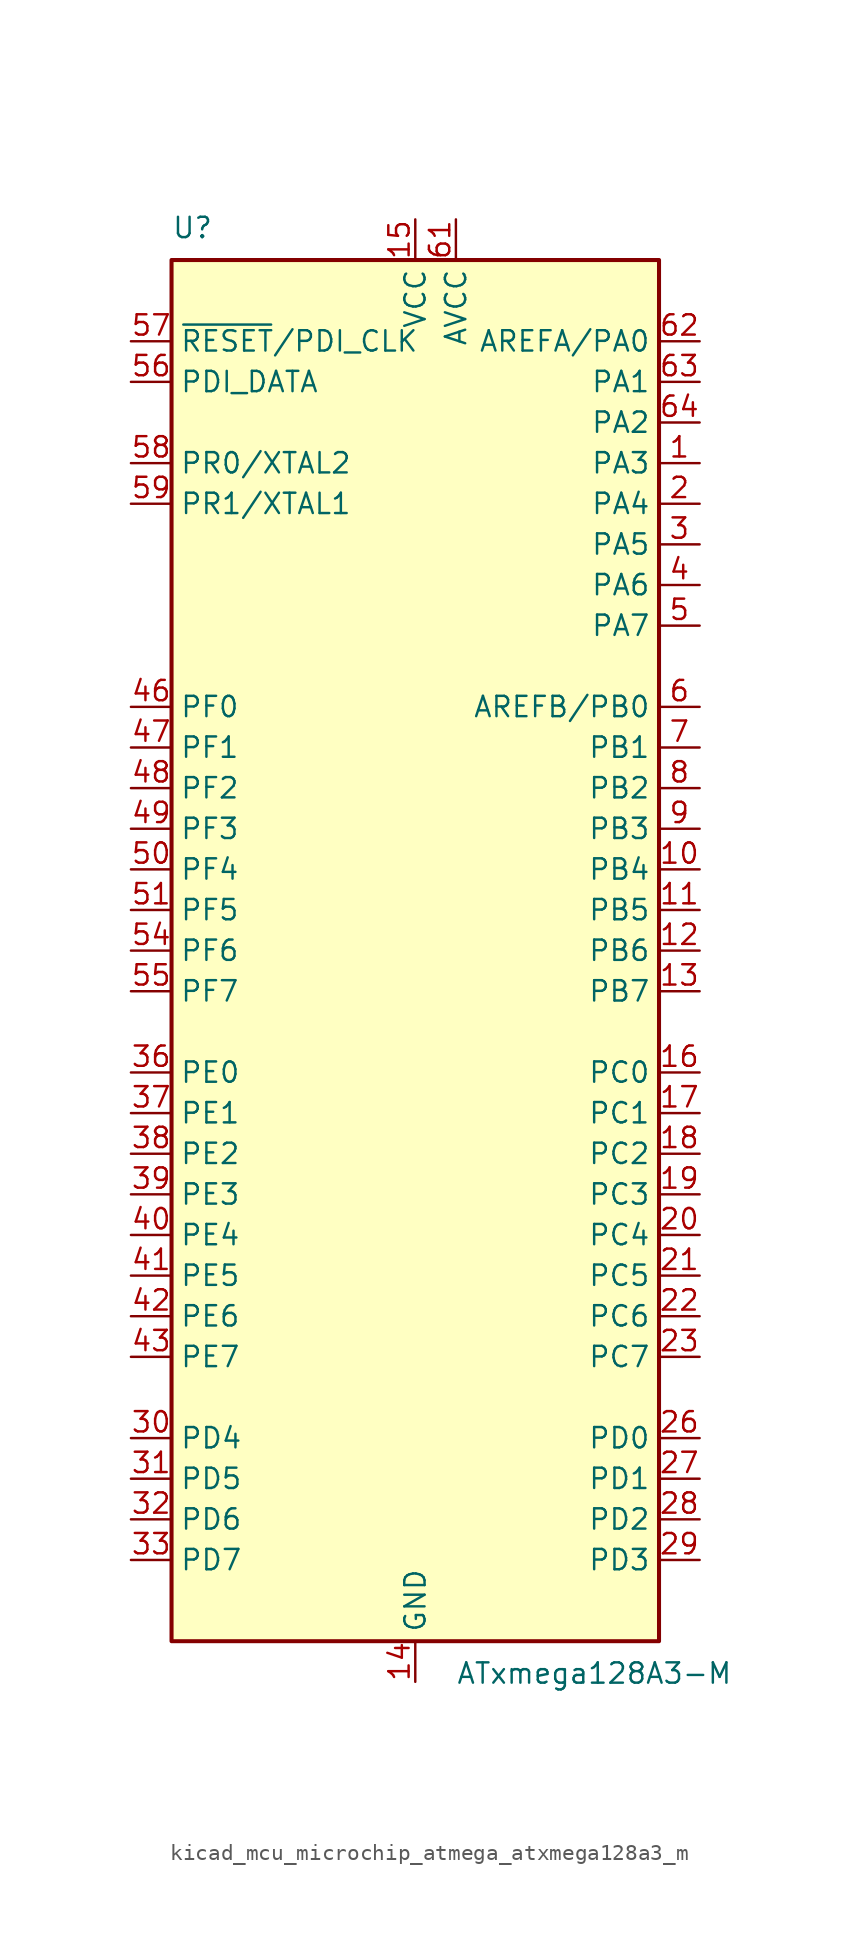
<source format=kicad_sym>
(kicad_symbol_lib
  (version 20220914)
  (generator kicad_symbol_editor)
  (symbol "kicad_mcu_microchip_atmega_atxmega128a3_m"
    (property "Reference" "U"
      (at -15.24 44.45 0)
      (effects (font (size 1.27 1.27)) (justify left bottom)))
    (property "Value" "ATxmega128A3-M"
      (at 2.54 -44.45 0)
      (effects (font (size 1.27 1.27)) (justify left top)))
    (symbol "kicad_mcu_microchip_atmega_atxmega128a3_m_0_1"
      (rectangle (start -15.24 -43.18) (end 15.24 43.18) (stroke (width 0.254) (type default)) (fill (type background))))
    (symbol "kicad_mcu_microchip_atmega_atxmega128a3_m_1_1"
      (pin bidirectional line (at 17.78 30.48 180) (length 2.54) (name "PA3" (effects (font (size 1.27 1.27)))) (number "1" (effects (font (size 1.27 1.27)))))
      (pin bidirectional line (at 17.78 5.08 180) (length 2.54) (name "PB4" (effects (font (size 1.27 1.27)))) (number "10" (effects (font (size 1.27 1.27)))))
      (pin bidirectional line (at 17.78 2.54 180) (length 2.54) (name "PB5" (effects (font (size 1.27 1.27)))) (number "11" (effects (font (size 1.27 1.27)))))
      (pin bidirectional line (at 17.78 0 180) (length 2.54) (name "PB6" (effects (font (size 1.27 1.27)))) (number "12" (effects (font (size 1.27 1.27)))))
      (pin bidirectional line (at 17.78 -2.54 180) (length 2.54) (name "PB7" (effects (font (size 1.27 1.27)))) (number "13" (effects (font (size 1.27 1.27)))))
      (pin power_in line (at 0 -45.72 90) (length 2.54) (name "GND" (effects (font (size 1.27 1.27)))) (number "14" (effects (font (size 1.27 1.27)))))
      (pin power_in line (at 0 45.72 270) (length 2.54) (name "VCC" (effects (font (size 1.27 1.27)))) (number "15" (effects (font (size 1.27 1.27)))))
      (pin bidirectional line (at 17.78 -7.62 180) (length 2.54) (name "PC0" (effects (font (size 1.27 1.27)))) (number "16" (effects (font (size 1.27 1.27)))))
      (pin bidirectional line (at 17.78 -10.16 180) (length 2.54) (name "PC1" (effects (font (size 1.27 1.27)))) (number "17" (effects (font (size 1.27 1.27)))))
      (pin bidirectional line (at 17.78 -12.7 180) (length 2.54) (name "PC2" (effects (font (size 1.27 1.27)))) (number "18" (effects (font (size 1.27 1.27)))))
      (pin bidirectional line (at 17.78 -15.24 180) (length 2.54) (name "PC3" (effects (font (size 1.27 1.27)))) (number "19" (effects (font (size 1.27 1.27)))))
      (pin bidirectional line (at 17.78 27.94 180) (length 2.54) (name "PA4" (effects (font (size 1.27 1.27)))) (number "2" (effects (font (size 1.27 1.27)))))
      (pin bidirectional line (at 17.78 -17.78 180) (length 2.54) (name "PC4" (effects (font (size 1.27 1.27)))) (number "20" (effects (font (size 1.27 1.27)))))
      (pin bidirectional line (at 17.78 -20.32 180) (length 2.54) (name "PC5" (effects (font (size 1.27 1.27)))) (number "21" (effects (font (size 1.27 1.27)))))
      (pin bidirectional line (at 17.78 -22.86 180) (length 2.54) (name "PC6" (effects (font (size 1.27 1.27)))) (number "22" (effects (font (size 1.27 1.27)))))
      (pin bidirectional line (at 17.78 -25.4 180) (length 2.54) (name "PC7" (effects (font (size 1.27 1.27)))) (number "23" (effects (font (size 1.27 1.27)))))
      (pin passive line (at 0 -45.72 90) (length 2.54) hide (name "GND" (effects (font (size 1.27 1.27)))) (number "24" (effects (font (size 1.27 1.27)))))
      (pin passive line (at 0 45.72 270) (length 2.54) hide (name "VCC" (effects (font (size 1.27 1.27)))) (number "25" (effects (font (size 1.27 1.27)))))
      (pin bidirectional line (at 17.78 -30.48 180) (length 2.54) (name "PD0" (effects (font (size 1.27 1.27)))) (number "26" (effects (font (size 1.27 1.27)))))
      (pin bidirectional line (at 17.78 -33.02 180) (length 2.54) (name "PD1" (effects (font (size 1.27 1.27)))) (number "27" (effects (font (size 1.27 1.27)))))
      (pin bidirectional line (at 17.78 -35.56 180) (length 2.54) (name "PD2" (effects (font (size 1.27 1.27)))) (number "28" (effects (font (size 1.27 1.27)))))
      (pin bidirectional line (at 17.78 -38.1 180) (length 2.54) (name "PD3" (effects (font (size 1.27 1.27)))) (number "29" (effects (font (size 1.27 1.27)))))
      (pin bidirectional line (at 17.78 25.4 180) (length 2.54) (name "PA5" (effects (font (size 1.27 1.27)))) (number "3" (effects (font (size 1.27 1.27)))))
      (pin bidirectional line (at -17.78 -30.48 0) (length 2.54) (name "PD4" (effects (font (size 1.27 1.27)))) (number "30" (effects (font (size 1.27 1.27)))))
      (pin bidirectional line (at -17.78 -33.02 0) (length 2.54) (name "PD5" (effects (font (size 1.27 1.27)))) (number "31" (effects (font (size 1.27 1.27)))))
      (pin bidirectional line (at -17.78 -35.56 0) (length 2.54) (name "PD6" (effects (font (size 1.27 1.27)))) (number "32" (effects (font (size 1.27 1.27)))))
      (pin bidirectional line (at -17.78 -38.1 0) (length 2.54) (name "PD7" (effects (font (size 1.27 1.27)))) (number "33" (effects (font (size 1.27 1.27)))))
      (pin passive line (at 0 -45.72 90) (length 2.54) hide (name "GND" (effects (font (size 1.27 1.27)))) (number "34" (effects (font (size 1.27 1.27)))))
      (pin passive line (at 0 45.72 270) (length 2.54) hide (name "VCC" (effects (font (size 1.27 1.27)))) (number "35" (effects (font (size 1.27 1.27)))))
      (pin bidirectional line (at -17.78 -7.62 0) (length 2.54) (name "PE0" (effects (font (size 1.27 1.27)))) (number "36" (effects (font (size 1.27 1.27)))))
      (pin bidirectional line (at -17.78 -10.16 0) (length 2.54) (name "PE1" (effects (font (size 1.27 1.27)))) (number "37" (effects (font (size 1.27 1.27)))))
      (pin bidirectional line (at -17.78 -12.7 0) (length 2.54) (name "PE2" (effects (font (size 1.27 1.27)))) (number "38" (effects (font (size 1.27 1.27)))))
      (pin bidirectional line (at -17.78 -15.24 0) (length 2.54) (name "PE3" (effects (font (size 1.27 1.27)))) (number "39" (effects (font (size 1.27 1.27)))))
      (pin bidirectional line (at 17.78 22.86 180) (length 2.54) (name "PA6" (effects (font (size 1.27 1.27)))) (number "4" (effects (font (size 1.27 1.27)))))
      (pin bidirectional line (at -17.78 -17.78 0) (length 2.54) (name "PE4" (effects (font (size 1.27 1.27)))) (number "40" (effects (font (size 1.27 1.27)))))
      (pin bidirectional line (at -17.78 -20.32 0) (length 2.54) (name "PE5" (effects (font (size 1.27 1.27)))) (number "41" (effects (font (size 1.27 1.27)))))
      (pin bidirectional line (at -17.78 -22.86 0) (length 2.54) (name "PE6" (effects (font (size 1.27 1.27)))) (number "42" (effects (font (size 1.27 1.27)))))
      (pin bidirectional line (at -17.78 -25.4 0) (length 2.54) (name "PE7" (effects (font (size 1.27 1.27)))) (number "43" (effects (font (size 1.27 1.27)))))
      (pin passive line (at 0 -45.72 90) (length 2.54) hide (name "GND" (effects (font (size 1.27 1.27)))) (number "44" (effects (font (size 1.27 1.27)))))
      (pin passive line (at 0 45.72 270) (length 2.54) hide (name "VCC" (effects (font (size 1.27 1.27)))) (number "45" (effects (font (size 1.27 1.27)))))
      (pin bidirectional line (at -17.78 15.24 0) (length 2.54) (name "PF0" (effects (font (size 1.27 1.27)))) (number "46" (effects (font (size 1.27 1.27)))))
      (pin bidirectional line (at -17.78 12.7 0) (length 2.54) (name "PF1" (effects (font (size 1.27 1.27)))) (number "47" (effects (font (size 1.27 1.27)))))
      (pin bidirectional line (at -17.78 10.16 0) (length 2.54) (name "PF2" (effects (font (size 1.27 1.27)))) (number "48" (effects (font (size 1.27 1.27)))))
      (pin bidirectional line (at -17.78 7.62 0) (length 2.54) (name "PF3" (effects (font (size 1.27 1.27)))) (number "49" (effects (font (size 1.27 1.27)))))
      (pin bidirectional line (at 17.78 20.32 180) (length 2.54) (name "PA7" (effects (font (size 1.27 1.27)))) (number "5" (effects (font (size 1.27 1.27)))))
      (pin bidirectional line (at -17.78 5.08 0) (length 2.54) (name "PF4" (effects (font (size 1.27 1.27)))) (number "50" (effects (font (size 1.27 1.27)))))
      (pin bidirectional line (at -17.78 2.54 0) (length 2.54) (name "PF5" (effects (font (size 1.27 1.27)))) (number "51" (effects (font (size 1.27 1.27)))))
      (pin passive line (at 0 -45.72 90) (length 2.54) hide (name "GND" (effects (font (size 1.27 1.27)))) (number "52" (effects (font (size 1.27 1.27)))))
      (pin passive line (at 0 45.72 270) (length 2.54) hide (name "VCC" (effects (font (size 1.27 1.27)))) (number "53" (effects (font (size 1.27 1.27)))))
      (pin bidirectional line (at -17.78 0 0) (length 2.54) (name "PF6" (effects (font (size 1.27 1.27)))) (number "54" (effects (font (size 1.27 1.27)))))
      (pin bidirectional line (at -17.78 -2.54 0) (length 2.54) (name "PF7" (effects (font (size 1.27 1.27)))) (number "55" (effects (font (size 1.27 1.27)))))
      (pin bidirectional line (at -17.78 35.56 0) (length 2.54) (name "PDI_DATA" (effects (font (size 1.27 1.27)))) (number "56" (effects (font (size 1.27 1.27)))))
      (pin input line (at -17.78 38.1 0) (length 2.54) (name "~{RESET}/PDI_CLK" (effects (font (size 1.27 1.27)))) (number "57" (effects (font (size 1.27 1.27)))))
      (pin bidirectional line (at -17.78 30.48 0) (length 2.54) (name "PR0/XTAL2" (effects (font (size 1.27 1.27)))) (number "58" (effects (font (size 1.27 1.27)))))
      (pin bidirectional line (at -17.78 27.94 0) (length 2.54) (name "PR1/XTAL1" (effects (font (size 1.27 1.27)))) (number "59" (effects (font (size 1.27 1.27)))))
      (pin bidirectional line (at 17.78 15.24 180) (length 2.54) (name "AREFB/PB0" (effects (font (size 1.27 1.27)))) (number "6" (effects (font (size 1.27 1.27)))))
      (pin passive line (at 0 -45.72 90) (length 2.54) hide (name "GND" (effects (font (size 1.27 1.27)))) (number "60" (effects (font (size 1.27 1.27)))))
      (pin power_in line (at 2.54 45.72 270) (length 2.54) (name "AVCC" (effects (font (size 1.27 1.27)))) (number "61" (effects (font (size 1.27 1.27)))))
      (pin bidirectional line (at 17.78 38.1 180) (length 2.54) (name "AREFA/PA0" (effects (font (size 1.27 1.27)))) (number "62" (effects (font (size 1.27 1.27)))))
      (pin bidirectional line (at 17.78 35.56 180) (length 2.54) (name "PA1" (effects (font (size 1.27 1.27)))) (number "63" (effects (font (size 1.27 1.27)))))
      (pin bidirectional line (at 17.78 33.02 180) (length 2.54) (name "PA2" (effects (font (size 1.27 1.27)))) (number "64" (effects (font (size 1.27 1.27)))))
      (pin passive line (at 0 -45.72 90) (length 2.54) hide (name "GND" (effects (font (size 1.27 1.27)))) (number "65" (effects (font (size 1.27 1.27)))))
      (pin bidirectional line (at 17.78 12.7 180) (length 2.54) (name "PB1" (effects (font (size 1.27 1.27)))) (number "7" (effects (font (size 1.27 1.27)))))
      (pin bidirectional line (at 17.78 10.16 180) (length 2.54) (name "PB2" (effects (font (size 1.27 1.27)))) (number "8" (effects (font (size 1.27 1.27)))))
      (pin bidirectional line (at 17.78 7.62 180) (length 2.54) (name "PB3" (effects (font (size 1.27 1.27)))) (number "9" (effects (font (size 1.27 1.27))))))))
</source>
